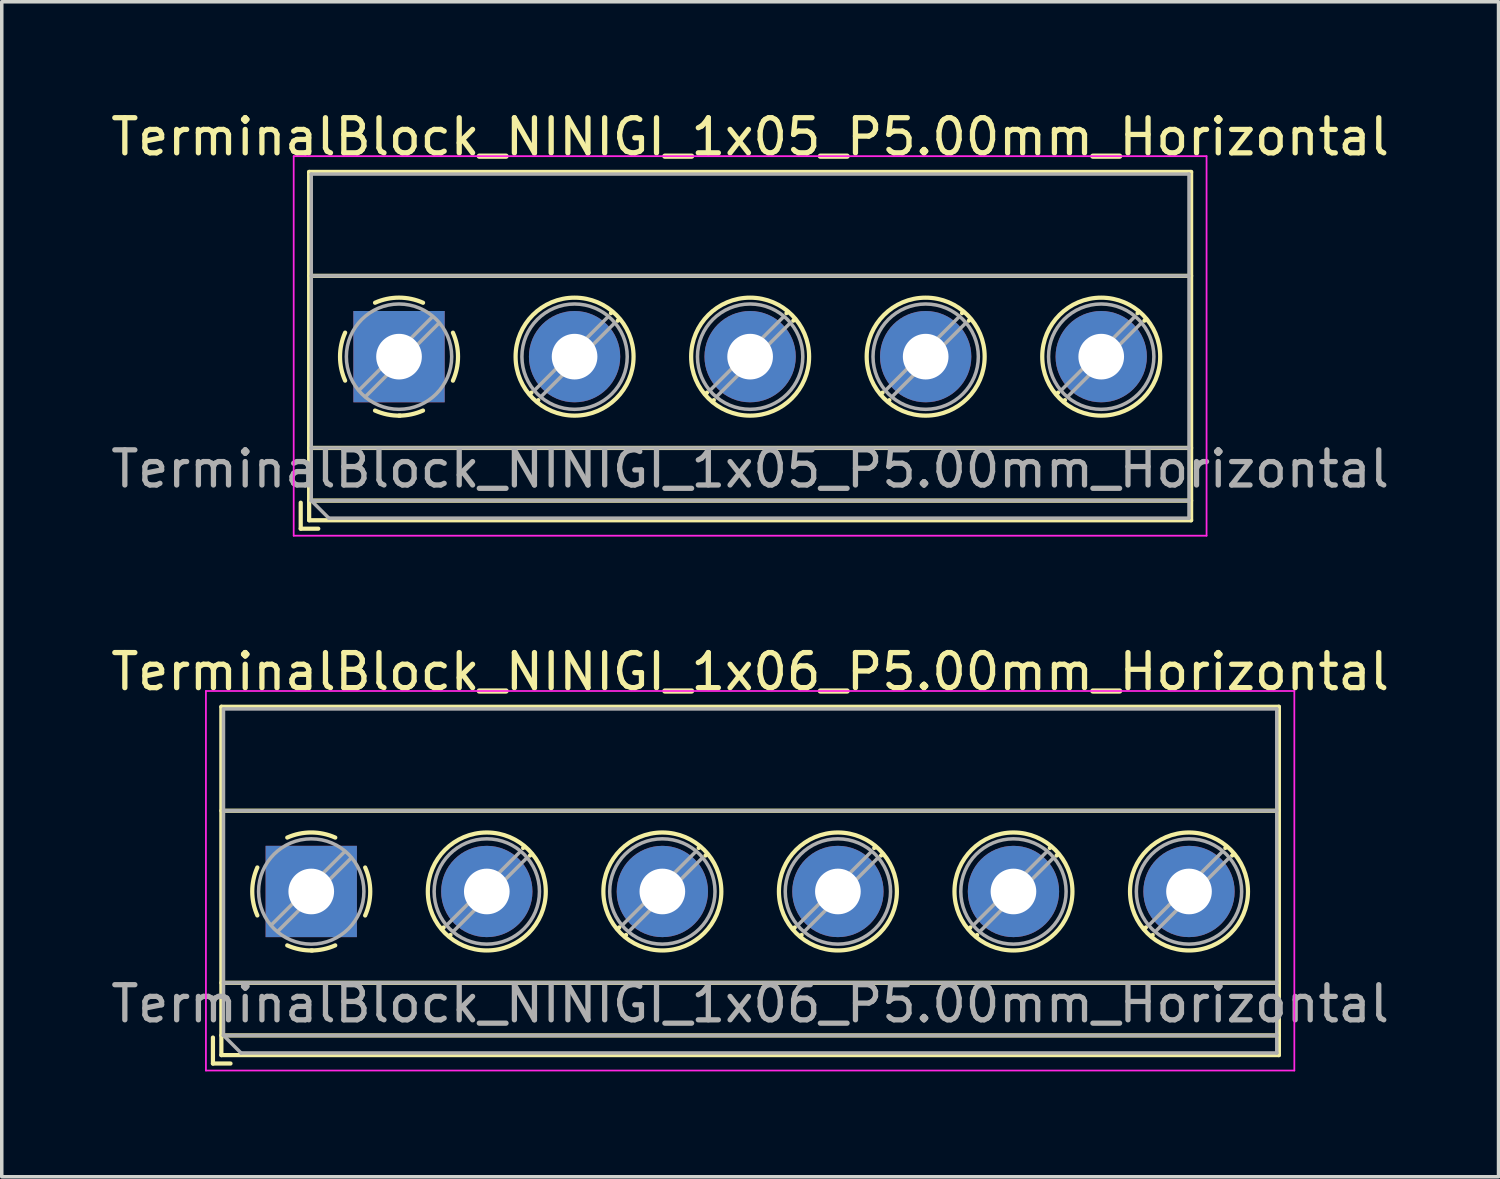
<source format=kicad_pcb>
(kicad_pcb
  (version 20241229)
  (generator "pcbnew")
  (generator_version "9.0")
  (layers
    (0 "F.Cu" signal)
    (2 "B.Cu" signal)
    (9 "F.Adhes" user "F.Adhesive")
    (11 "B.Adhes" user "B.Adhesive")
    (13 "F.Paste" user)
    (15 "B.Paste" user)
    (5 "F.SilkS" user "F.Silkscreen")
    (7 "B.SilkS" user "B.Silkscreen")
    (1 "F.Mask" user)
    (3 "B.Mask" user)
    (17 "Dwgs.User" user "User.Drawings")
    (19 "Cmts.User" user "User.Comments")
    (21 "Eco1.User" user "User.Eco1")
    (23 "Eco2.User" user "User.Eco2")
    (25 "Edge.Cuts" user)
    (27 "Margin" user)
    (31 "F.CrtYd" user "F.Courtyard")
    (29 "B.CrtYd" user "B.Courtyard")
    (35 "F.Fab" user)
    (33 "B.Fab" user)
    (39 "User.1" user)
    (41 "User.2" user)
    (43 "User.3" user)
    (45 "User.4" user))
  (footprint "TerminalBlock_NINIGI_1x05_P5.00mm_Horizontal"
    (layer "F.Cu")
    (at 8.315 7.108)
    (property "Reference" "TerminalBlock_NINIGI_1x05_P5.00mm_Horizontal" (at 10 -6.26 0) (layer "F.SilkS") (effects (font (size 1 1) (thickness 0.15))))
    (attr through_hole)
    (fp_line (start -2.8 4.16) (end -2.8 4.9) (stroke (width 0.12) (type solid)) (layer "F.SilkS"))
    (fp_line (start -2.8 4.9) (end -2.3 4.9) (stroke (width 0.12) (type solid)) (layer "F.SilkS"))
    (fp_line (start -2.56 -5.261) (end -2.56 4.66) (stroke (width 0.12) (type solid)) (layer "F.SilkS"))
    (fp_line (start -2.56 -5.261) (end 22.56 -5.261) (stroke (width 0.12) (type solid)) (layer "F.SilkS"))
    (fp_line (start -2.56 -2.301) (end 22.56 -2.301) (stroke (width 0.12) (type solid)) (layer "F.SilkS"))
    (fp_line (start -2.56 2.6) (end 22.56 2.6) (stroke (width 0.12) (type solid)) (layer "F.SilkS"))
    (fp_line (start -2.56 4.1) (end 22.56 4.1) (stroke (width 0.12) (type solid)) (layer "F.SilkS"))
    (fp_line (start -2.56 4.66) (end 22.56 4.66) (stroke (width 0.12) (type solid)) (layer "F.SilkS"))
    (fp_line (start 3.773 1.023) (end 3.726 1.069) (stroke (width 0.12) (type solid)) (layer "F.SilkS"))
    (fp_line (start 3.966 1.239) (end 3.931 1.274) (stroke (width 0.12) (type solid)) (layer "F.SilkS"))
    (fp_line (start 6.07 -1.275) (end 6.035 -1.239) (stroke (width 0.12) (type solid)) (layer "F.SilkS"))
    (fp_line (start 6.275 -1.069) (end 6.228 -1.023) (stroke (width 0.12) (type solid)) (layer "F.SilkS"))
    (fp_line (start 8.773 1.023) (end 8.726 1.069) (stroke (width 0.12) (type solid)) (layer "F.SilkS"))
    (fp_line (start 8.966 1.239) (end 8.931 1.274) (stroke (width 0.12) (type solid)) (layer "F.SilkS"))
    (fp_line (start 11.07 -1.275) (end 11.035 -1.239) (stroke (width 0.12) (type solid)) (layer "F.SilkS"))
    (fp_line (start 11.275 -1.069) (end 11.228 -1.023) (stroke (width 0.12) (type solid)) (layer "F.SilkS"))
    (fp_line (start 13.773 1.023) (end 13.726 1.069) (stroke (width 0.12) (type solid)) (layer "F.SilkS"))
    (fp_line (start 13.966 1.239) (end 13.931 1.274) (stroke (width 0.12) (type solid)) (layer "F.SilkS"))
    (fp_line (start 16.07 -1.275) (end 16.035 -1.239) (stroke (width 0.12) (type solid)) (layer "F.SilkS"))
    (fp_line (start 16.275 -1.069) (end 16.228 -1.023) (stroke (width 0.12) (type solid)) (layer "F.SilkS"))
    (fp_line (start 18.773 1.023) (end 18.726 1.069) (stroke (width 0.12) (type solid)) (layer "F.SilkS"))
    (fp_line (start 18.966 1.239) (end 18.931 1.274) (stroke (width 0.12) (type solid)) (layer "F.SilkS"))
    (fp_line (start 21.07 -1.275) (end 21.035 -1.239) (stroke (width 0.12) (type solid)) (layer "F.SilkS"))
    (fp_line (start 21.275 -1.069) (end 21.228 -1.023) (stroke (width 0.12) (type solid)) (layer "F.SilkS"))
    (fp_line (start 22.56 -5.261) (end 22.56 4.66) (stroke (width 0.12) (type solid)) (layer "F.SilkS"))
    (fp_arc (start -1.535427 0.683042) (mid -1.680501 -0.000524) (end -1.535 -0.684) (stroke (width 0.12) (type solid)) (layer "F.SilkS"))
    (fp_arc (start -0.683042 -1.535427) (mid 0.000524 -1.680501) (end 0.684 -1.535) (stroke (width 0.12) (type solid)) (layer "F.SilkS"))
    (fp_arc (start 0.028805 1.680253) (mid -0.335551 1.646659) (end -0.684 1.535) (stroke (width 0.12) (type solid)) (layer "F.SilkS"))
    (fp_arc (start 0.683318 1.534756) (mid 0.349292 1.643288) (end 0 1.68) (stroke (width 0.12) (type solid)) (layer "F.SilkS"))
    (fp_arc (start 1.535427 -0.683042) (mid 1.680501 0.000524) (end 1.535 0.684) (stroke (width 0.12) (type solid)) (layer "F.SilkS"))
    (fp_circle (center 5 0) (end 6.68 0) (stroke (width 0.12) (type solid)) (fill no) (layer "F.SilkS"))
    (fp_circle (center 10 0) (end 11.68 0) (stroke (width 0.12) (type solid)) (fill no) (layer "F.SilkS"))
    (fp_circle (center 15 0) (end 16.68 0) (stroke (width 0.12) (type solid)) (fill no) (layer "F.SilkS"))
    (fp_circle (center 20 0) (end 21.68 0) (stroke (width 0.12) (type solid)) (fill no) (layer "F.SilkS"))
    (fp_line (start -3 -5.71) (end -3 5.1) (stroke (width 0.05) (type solid)) (layer "F.CrtYd"))
    (fp_line (start -3 5.1) (end 23 5.1) (stroke (width 0.05) (type solid)) (layer "F.CrtYd"))
    (fp_line (start 23 -5.71) (end -3 -5.71) (stroke (width 0.05) (type solid)) (layer "F.CrtYd"))
    (fp_line (start 23 5.1) (end 23 -5.71) (stroke (width 0.05) (type solid)) (layer "F.CrtYd"))
    (fp_line (start -2.5 -5.2) (end 22.5 -5.2) (stroke (width 0.1) (type solid)) (layer "F.Fab"))
    (fp_line (start -2.5 -2.3) (end 22.5 -2.3) (stroke (width 0.1) (type solid)) (layer "F.Fab"))
    (fp_line (start -2.5 2.6) (end 22.5 2.6) (stroke (width 0.1) (type solid)) (layer "F.Fab"))
    (fp_line (start -2.5 4.1) (end -2.5 -5.2) (stroke (width 0.1) (type solid)) (layer "F.Fab"))
    (fp_line (start -2.5 4.1) (end 22.5 4.1) (stroke (width 0.1) (type solid)) (layer "F.Fab"))
    (fp_line (start -2 4.6) (end -2.5 4.1) (stroke (width 0.1) (type solid)) (layer "F.Fab"))
    (fp_line (start 0.955 -1.138) (end -1.138 0.955) (stroke (width 0.1) (type solid)) (layer "F.Fab"))
    (fp_line (start 1.138 -0.955) (end -0.955 1.138) (stroke (width 0.1) (type solid)) (layer "F.Fab"))
    (fp_line (start 5.955 -1.138) (end 3.863 0.955) (stroke (width 0.1) (type solid)) (layer "F.Fab"))
    (fp_line (start 6.138 -0.955) (end 4.046 1.138) (stroke (width 0.1) (type solid)) (layer "F.Fab"))
    (fp_line (start 10.955 -1.138) (end 8.863 0.955) (stroke (width 0.1) (type solid)) (layer "F.Fab"))
    (fp_line (start 11.138 -0.955) (end 9.046 1.138) (stroke (width 0.1) (type solid)) (layer "F.Fab"))
    (fp_line (start 15.955 -1.138) (end 13.863 0.955) (stroke (width 0.1) (type solid)) (layer "F.Fab"))
    (fp_line (start 16.138 -0.955) (end 14.046 1.138) (stroke (width 0.1) (type solid)) (layer "F.Fab"))
    (fp_line (start 20.955 -1.138) (end 18.863 0.955) (stroke (width 0.1) (type solid)) (layer "F.Fab"))
    (fp_line (start 21.138 -0.955) (end 19.046 1.138) (stroke (width 0.1) (type solid)) (layer "F.Fab"))
    (fp_line (start 22.5 -5.2) (end 22.5 4.6) (stroke (width 0.1) (type solid)) (layer "F.Fab"))
    (fp_line (start 22.5 4.6) (end -2 4.6) (stroke (width 0.1) (type solid)) (layer "F.Fab"))
    (fp_circle (center 0 0) (end 1.5 0) (stroke (width 0.1) (type solid)) (fill no) (layer "F.Fab"))
    (fp_circle (center 5 0) (end 6.5 0) (stroke (width 0.1) (type solid)) (fill no) (layer "F.Fab"))
    (fp_circle (center 10 0) (end 11.5 0) (stroke (width 0.1) (type solid)) (fill no) (layer "F.Fab"))
    (fp_circle (center 15 0) (end 16.5 0) (stroke (width 0.1) (type solid)) (fill no) (layer "F.Fab"))
    (fp_circle (center 20 0) (end 21.5 0) (stroke (width 0.1) (type solid)) (fill no) (layer "F.Fab"))
    (fp_text user "${REFERENCE}" (at 10 3.2 0) (layer "F.Fab") (effects (font (size 1 1) (thickness 0.15))))
    (pad "1" thru_hole rect (at 0 0) (size 2.6 2.6) (drill 1.3) (layers "*.Cu" "*.Mask"))
    (pad "2" thru_hole circle (at 5 0) (size 2.6 2.6) (drill 1.3) (layers "*.Cu" "*.Mask"))
    (pad "3" thru_hole circle (at 10 0) (size 2.6 2.6) (drill 1.3) (layers "*.Cu" "*.Mask"))
    (pad "4" thru_hole circle (at 15 0) (size 2.6 2.6) (drill 1.3) (layers "*.Cu" "*.Mask"))
    (pad "5" thru_hole circle (at 20 0) (size 2.6 2.6) (drill 1.3) (layers "*.Cu" "*.Mask")))
  (footprint "TerminalBlock_NINIGI_1x06_P5.00mm_Horizontal"
    (layer "F.Cu")
    (at 5.815 22.341)
    (property "Reference" "TerminalBlock_NINIGI_1x06_P5.00mm_Horizontal" (at 12.5 -6.26 0) (layer "F.SilkS") (effects (font (size 1 1) (thickness 0.15))))
    (attr through_hole)
    (fp_line (start -2.8 4.16) (end -2.8 4.9) (stroke (width 0.12) (type solid)) (layer "F.SilkS"))
    (fp_line (start -2.8 4.9) (end -2.3 4.9) (stroke (width 0.12) (type solid)) (layer "F.SilkS"))
    (fp_line (start -2.56 -5.261) (end -2.56 4.66) (stroke (width 0.12) (type solid)) (layer "F.SilkS"))
    (fp_line (start -2.56 -5.261) (end 27.56 -5.261) (stroke (width 0.12) (type solid)) (layer "F.SilkS"))
    (fp_line (start -2.56 -2.301) (end 27.56 -2.301) (stroke (width 0.12) (type solid)) (layer "F.SilkS"))
    (fp_line (start -2.56 2.6) (end 27.56 2.6) (stroke (width 0.12) (type solid)) (layer "F.SilkS"))
    (fp_line (start -2.56 4.1) (end 27.56 4.1) (stroke (width 0.12) (type solid)) (layer "F.SilkS"))
    (fp_line (start -2.56 4.66) (end 27.56 4.66) (stroke (width 0.12) (type solid)) (layer "F.SilkS"))
    (fp_line (start 3.773 1.023) (end 3.726 1.069) (stroke (width 0.12) (type solid)) (layer "F.SilkS"))
    (fp_line (start 3.966 1.239) (end 3.931 1.274) (stroke (width 0.12) (type solid)) (layer "F.SilkS"))
    (fp_line (start 6.07 -1.275) (end 6.035 -1.239) (stroke (width 0.12) (type solid)) (layer "F.SilkS"))
    (fp_line (start 6.275 -1.069) (end 6.228 -1.023) (stroke (width 0.12) (type solid)) (layer "F.SilkS"))
    (fp_line (start 8.773 1.023) (end 8.726 1.069) (stroke (width 0.12) (type solid)) (layer "F.SilkS"))
    (fp_line (start 8.966 1.239) (end 8.931 1.274) (stroke (width 0.12) (type solid)) (layer "F.SilkS"))
    (fp_line (start 11.07 -1.275) (end 11.035 -1.239) (stroke (width 0.12) (type solid)) (layer "F.SilkS"))
    (fp_line (start 11.275 -1.069) (end 11.228 -1.023) (stroke (width 0.12) (type solid)) (layer "F.SilkS"))
    (fp_line (start 13.773 1.023) (end 13.726 1.069) (stroke (width 0.12) (type solid)) (layer "F.SilkS"))
    (fp_line (start 13.966 1.239) (end 13.931 1.274) (stroke (width 0.12) (type solid)) (layer "F.SilkS"))
    (fp_line (start 16.07 -1.275) (end 16.035 -1.239) (stroke (width 0.12) (type solid)) (layer "F.SilkS"))
    (fp_line (start 16.275 -1.069) (end 16.228 -1.023) (stroke (width 0.12) (type solid)) (layer "F.SilkS"))
    (fp_line (start 18.773 1.023) (end 18.726 1.069) (stroke (width 0.12) (type solid)) (layer "F.SilkS"))
    (fp_line (start 18.966 1.239) (end 18.931 1.274) (stroke (width 0.12) (type solid)) (layer "F.SilkS"))
    (fp_line (start 21.07 -1.275) (end 21.035 -1.239) (stroke (width 0.12) (type solid)) (layer "F.SilkS"))
    (fp_line (start 21.275 -1.069) (end 21.228 -1.023) (stroke (width 0.12) (type solid)) (layer "F.SilkS"))
    (fp_line (start 23.773 1.023) (end 23.726 1.069) (stroke (width 0.12) (type solid)) (layer "F.SilkS"))
    (fp_line (start 23.966 1.239) (end 23.931 1.274) (stroke (width 0.12) (type solid)) (layer "F.SilkS"))
    (fp_line (start 26.07 -1.275) (end 26.035 -1.239) (stroke (width 0.12) (type solid)) (layer "F.SilkS"))
    (fp_line (start 26.275 -1.069) (end 26.228 -1.023) (stroke (width 0.12) (type solid)) (layer "F.SilkS"))
    (fp_line (start 27.56 -5.261) (end 27.56 4.66) (stroke (width 0.12) (type solid)) (layer "F.SilkS"))
    (fp_arc (start -1.535427 0.683042) (mid -1.680501 -0.000524) (end -1.535 -0.684) (stroke (width 0.12) (type solid)) (layer "F.SilkS"))
    (fp_arc (start -0.683042 -1.535427) (mid 0.000524 -1.680501) (end 0.684 -1.535) (stroke (width 0.12) (type solid)) (layer "F.SilkS"))
    (fp_arc (start 0.028805 1.680253) (mid -0.335551 1.646659) (end -0.684 1.535) (stroke (width 0.12) (type solid)) (layer "F.SilkS"))
    (fp_arc (start 0.683318 1.534756) (mid 0.349292 1.643288) (end 0 1.68) (stroke (width 0.12) (type solid)) (layer "F.SilkS"))
    (fp_arc (start 1.535427 -0.683042) (mid 1.680501 0.000524) (end 1.535 0.684) (stroke (width 0.12) (type solid)) (layer "F.SilkS"))
    (fp_circle (center 5 0) (end 6.68 0) (stroke (width 0.12) (type solid)) (fill no) (layer "F.SilkS"))
    (fp_circle (center 10 0) (end 11.68 0) (stroke (width 0.12) (type solid)) (fill no) (layer "F.SilkS"))
    (fp_circle (center 15 0) (end 16.68 0) (stroke (width 0.12) (type solid)) (fill no) (layer "F.SilkS"))
    (fp_circle (center 20 0) (end 21.68 0) (stroke (width 0.12) (type solid)) (fill no) (layer "F.SilkS"))
    (fp_circle (center 25 0) (end 26.68 0) (stroke (width 0.12) (type solid)) (fill no) (layer "F.SilkS"))
    (fp_line (start -3 -5.71) (end -3 5.1) (stroke (width 0.05) (type solid)) (layer "F.CrtYd"))
    (fp_line (start -3 5.1) (end 28 5.1) (stroke (width 0.05) (type solid)) (layer "F.CrtYd"))
    (fp_line (start 28 -5.71) (end -3 -5.71) (stroke (width 0.05) (type solid)) (layer "F.CrtYd"))
    (fp_line (start 28 5.1) (end 28 -5.71) (stroke (width 0.05) (type solid)) (layer "F.CrtYd"))
    (fp_line (start -2.5 -5.2) (end 27.5 -5.2) (stroke (width 0.1) (type solid)) (layer "F.Fab"))
    (fp_line (start -2.5 -2.3) (end 27.5 -2.3) (stroke (width 0.1) (type solid)) (layer "F.Fab"))
    (fp_line (start -2.5 2.6) (end 27.5 2.6) (stroke (width 0.1) (type solid)) (layer "F.Fab"))
    (fp_line (start -2.5 4.1) (end -2.5 -5.2) (stroke (width 0.1) (type solid)) (layer "F.Fab"))
    (fp_line (start -2.5 4.1) (end 27.5 4.1) (stroke (width 0.1) (type solid)) (layer "F.Fab"))
    (fp_line (start -2 4.6) (end -2.5 4.1) (stroke (width 0.1) (type solid)) (layer "F.Fab"))
    (fp_line (start 0.955 -1.138) (end -1.138 0.955) (stroke (width 0.1) (type solid)) (layer "F.Fab"))
    (fp_line (start 1.138 -0.955) (end -0.955 1.138) (stroke (width 0.1) (type solid)) (layer "F.Fab"))
    (fp_line (start 5.955 -1.138) (end 3.863 0.955) (stroke (width 0.1) (type solid)) (layer "F.Fab"))
    (fp_line (start 6.138 -0.955) (end 4.046 1.138) (stroke (width 0.1) (type solid)) (layer "F.Fab"))
    (fp_line (start 10.955 -1.138) (end 8.863 0.955) (stroke (width 0.1) (type solid)) (layer "F.Fab"))
    (fp_line (start 11.138 -0.955) (end 9.046 1.138) (stroke (width 0.1) (type solid)) (layer "F.Fab"))
    (fp_line (start 15.955 -1.138) (end 13.863 0.955) (stroke (width 0.1) (type solid)) (layer "F.Fab"))
    (fp_line (start 16.138 -0.955) (end 14.046 1.138) (stroke (width 0.1) (type solid)) (layer "F.Fab"))
    (fp_line (start 20.955 -1.138) (end 18.863 0.955) (stroke (width 0.1) (type solid)) (layer "F.Fab"))
    (fp_line (start 21.138 -0.955) (end 19.046 1.138) (stroke (width 0.1) (type solid)) (layer "F.Fab"))
    (fp_line (start 25.955 -1.138) (end 23.863 0.955) (stroke (width 0.1) (type solid)) (layer "F.Fab"))
    (fp_line (start 26.138 -0.955) (end 24.046 1.138) (stroke (width 0.1) (type solid)) (layer "F.Fab"))
    (fp_line (start 27.5 -5.2) (end 27.5 4.6) (stroke (width 0.1) (type solid)) (layer "F.Fab"))
    (fp_line (start 27.5 4.6) (end -2 4.6) (stroke (width 0.1) (type solid)) (layer "F.Fab"))
    (fp_circle (center 0 0) (end 1.5 0) (stroke (width 0.1) (type solid)) (fill no) (layer "F.Fab"))
    (fp_circle (center 5 0) (end 6.5 0) (stroke (width 0.1) (type solid)) (fill no) (layer "F.Fab"))
    (fp_circle (center 10 0) (end 11.5 0) (stroke (width 0.1) (type solid)) (fill no) (layer "F.Fab"))
    (fp_circle (center 15 0) (end 16.5 0) (stroke (width 0.1) (type solid)) (fill no) (layer "F.Fab"))
    (fp_circle (center 20 0) (end 21.5 0) (stroke (width 0.1) (type solid)) (fill no) (layer "F.Fab"))
    (fp_circle (center 25 0) (end 26.5 0) (stroke (width 0.1) (type solid)) (fill no) (layer "F.Fab"))
    (fp_text user "${REFERENCE}" (at 12.5 3.2 0) (layer "F.Fab") (effects (font (size 1 1) (thickness 0.15))))
    (pad "1" thru_hole rect (at 0 0) (size 2.6 2.6) (drill 1.3) (layers "*.Cu" "*.Mask"))
    (pad "2" thru_hole circle (at 5 0) (size 2.6 2.6) (drill 1.3) (layers "*.Cu" "*.Mask"))
    (pad "3" thru_hole circle (at 10 0) (size 2.6 2.6) (drill 1.3) (layers "*.Cu" "*.Mask"))
    (pad "4" thru_hole circle (at 15 0) (size 2.6 2.6) (drill 1.3) (layers "*.Cu" "*.Mask"))
    (pad "5" thru_hole circle (at 20 0) (size 2.6 2.6) (drill 1.3) (layers "*.Cu" "*.Mask"))
    (pad "6" thru_hole circle (at 25 0) (size 2.6 2.6) (drill 1.3) (layers "*.Cu" "*.Mask")))
  (gr_rect
    (start -3 -3)
    (end 39.631 30.466)
    (stroke (width 0.1) (type default))
    (fill no)
    (layer "Edge.Cuts")))
</source>
